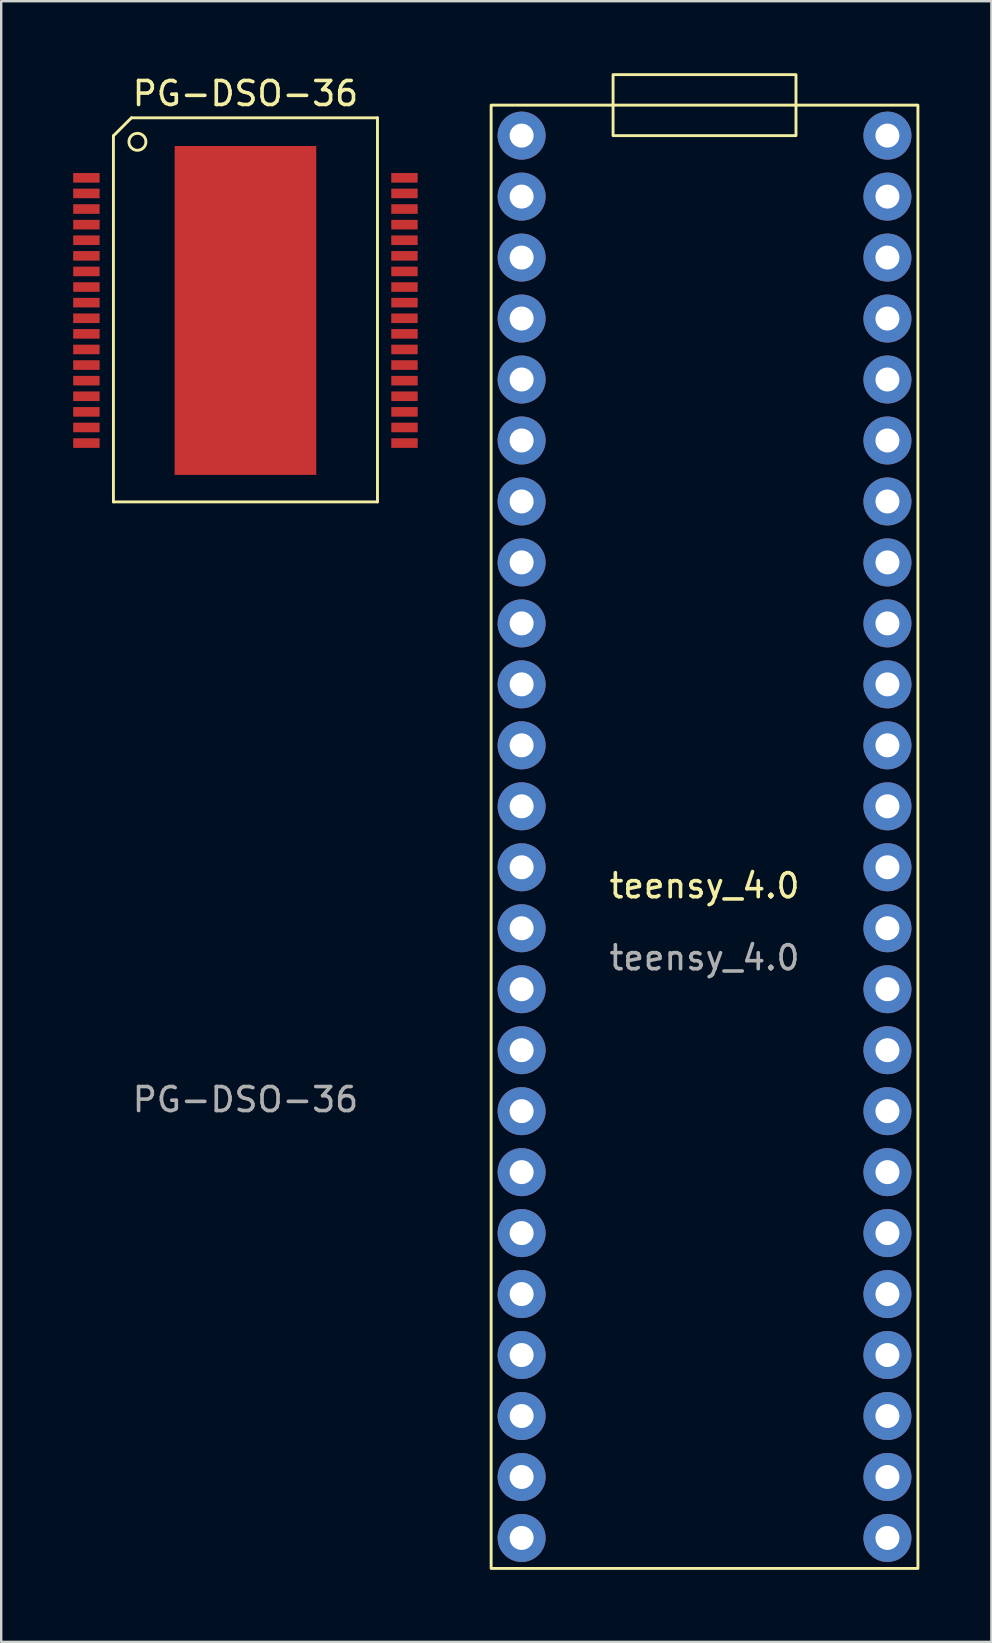
<source format=kicad_pcb>
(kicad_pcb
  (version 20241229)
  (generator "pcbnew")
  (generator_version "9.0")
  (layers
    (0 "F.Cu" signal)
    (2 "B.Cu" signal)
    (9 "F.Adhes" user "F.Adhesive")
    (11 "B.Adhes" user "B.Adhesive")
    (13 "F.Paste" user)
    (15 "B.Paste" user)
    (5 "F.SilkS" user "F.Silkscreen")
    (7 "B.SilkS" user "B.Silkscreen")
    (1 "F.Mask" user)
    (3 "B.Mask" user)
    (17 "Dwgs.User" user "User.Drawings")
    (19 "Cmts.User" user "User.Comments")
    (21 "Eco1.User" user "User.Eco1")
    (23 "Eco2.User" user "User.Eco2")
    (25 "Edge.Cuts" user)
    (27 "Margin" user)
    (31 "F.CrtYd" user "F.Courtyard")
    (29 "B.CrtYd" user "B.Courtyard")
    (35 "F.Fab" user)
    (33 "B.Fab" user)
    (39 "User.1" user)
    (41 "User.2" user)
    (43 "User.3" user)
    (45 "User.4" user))
  (footprint "PG-DSO-36"
    (layer "F.Cu")
    (at 7.175 17.358)
    (property "Reference" "PG-DSO-36" (at 0 -16.51 0) (unlocked yes) (layer "F.SilkS") (effects (font (size 1 1) (thickness 0.15))))
    (attr smd)
    (fp_line (start -5.5 -14.75) (end -5.5 0.5) (stroke (width 0.12) (type solid)) (layer "F.SilkS"))
    (fp_line (start -5.5 -14.75) (end -4.75 -15.5) (stroke (width 0.12) (type solid)) (layer "F.SilkS"))
    (fp_line (start -5.5 0.5) (end 5.5 0.5) (stroke (width 0.12) (type solid)) (layer "F.SilkS"))
    (fp_line (start 5.5 -15.5) (end -4.75 -15.5) (stroke (width 0.12) (type solid)) (layer "F.SilkS"))
    (fp_line (start 5.5 0.5) (end 5.5 -15.5) (stroke (width 0.12) (type solid)) (layer "F.SilkS"))
    (fp_circle (center -4.5 -14.5) (end -4.25 -14.25) (stroke (width 0.12) (type solid)) (fill no) (layer "F.SilkS"))
    (fp_text user "${REFERENCE}" (at 0 25.4 0) (unlocked yes) (layer "F.Fab") (effects (font (size 1 1) (thickness 0.15))))
    (pad "1" smd rect (at -6.625 -13) (size 1.1 0.4) (layers "F.Cu" "F.Mask" "F.Paste"))
    (pad "2" smd rect (at -6.625 -12.35) (size 1.1 0.4) (layers "F.Cu" "F.Mask" "F.Paste"))
    (pad "3" smd rect (at -6.625 -11.7) (size 1.1 0.4) (layers "F.Cu" "F.Mask" "F.Paste"))
    (pad "4" smd rect (at -6.625 -11.05) (size 1.1 0.4) (layers "F.Cu" "F.Mask" "F.Paste"))
    (pad "5" smd rect (at -6.625 -10.4) (size 1.1 0.4) (layers "F.Cu" "F.Mask" "F.Paste"))
    (pad "6" smd rect (at -6.625 -9.75) (size 1.1 0.4) (layers "F.Cu" "F.Mask" "F.Paste"))
    (pad "7" smd rect (at -6.625 -9.1) (size 1.1 0.4) (layers "F.Cu" "F.Mask" "F.Paste"))
    (pad "8" smd rect (at -6.625 -8.45) (size 1.1 0.4) (layers "F.Cu" "F.Mask" "F.Paste"))
    (pad "9" smd rect (at -6.625 -7.8) (size 1.1 0.4) (layers "F.Cu" "F.Mask" "F.Paste"))
    (pad "10" smd rect (at -6.625 -7.15) (size 1.1 0.4) (layers "F.Cu" "F.Mask" "F.Paste"))
    (pad "11" smd rect (at -6.625 -6.5) (size 1.1 0.4) (layers "F.Cu" "F.Mask" "F.Paste"))
    (pad "12" smd rect (at -6.625 -5.85) (size 1.1 0.4) (layers "F.Cu" "F.Mask" "F.Paste"))
    (pad "13" smd rect (at -6.625 -5.2) (size 1.1 0.4) (layers "F.Cu" "F.Mask" "F.Paste"))
    (pad "14" smd rect (at -6.625 -4.55) (size 1.1 0.4) (layers "F.Cu" "F.Mask" "F.Paste"))
    (pad "15" smd rect (at -6.625 -3.9) (size 1.1 0.4) (layers "F.Cu" "F.Mask" "F.Paste"))
    (pad "16" smd rect (at -6.625 -3.25) (size 1.1 0.4) (layers "F.Cu" "F.Mask" "F.Paste"))
    (pad "17" smd rect (at -6.625 -2.6) (size 1.1 0.4) (layers "F.Cu" "F.Mask" "F.Paste"))
    (pad "18" smd rect (at -6.625 -1.95) (size 1.1 0.4) (layers "F.Cu" "F.Mask" "F.Paste"))
    (pad "19" smd rect (at 6.625 -1.95) (size 1.1 0.4) (layers "F.Cu" "F.Mask" "F.Paste"))
    (pad "20" smd rect (at 6.625 -2.6) (size 1.1 0.4) (layers "F.Cu" "F.Mask" "F.Paste"))
    (pad "21" smd rect (at 6.625 -3.25) (size 1.1 0.4) (layers "F.Cu" "F.Mask" "F.Paste"))
    (pad "22" smd rect (at 6.625 -3.9) (size 1.1 0.4) (layers "F.Cu" "F.Mask" "F.Paste"))
    (pad "23" smd rect (at 6.625 -4.55) (size 1.1 0.4) (layers "F.Cu" "F.Mask" "F.Paste"))
    (pad "24" smd rect (at 6.625 -5.2) (size 1.1 0.4) (layers "F.Cu" "F.Mask" "F.Paste"))
    (pad "25" smd rect (at 6.625 -5.85) (size 1.1 0.4) (layers "F.Cu" "F.Mask" "F.Paste"))
    (pad "26" smd rect (at 6.625 -6.5) (size 1.1 0.4) (layers "F.Cu" "F.Mask" "F.Paste"))
    (pad "27" smd rect (at 6.625 -7.15) (size 1.1 0.4) (layers "F.Cu" "F.Mask" "F.Paste"))
    (pad "28" smd rect (at 6.625 -7.8) (size 1.1 0.4) (layers "F.Cu" "F.Mask" "F.Paste"))
    (pad "29" smd rect (at 6.625 -8.45) (size 1.1 0.4) (layers "F.Cu" "F.Mask" "F.Paste"))
    (pad "30" smd rect (at 6.625 -9.1) (size 1.1 0.4) (layers "F.Cu" "F.Mask" "F.Paste"))
    (pad "31" smd rect (at 6.625 -9.75) (size 1.1 0.4) (layers "F.Cu" "F.Mask" "F.Paste"))
    (pad "32" smd rect (at 6.625 -10.4) (size 1.1 0.4) (layers "F.Cu" "F.Mask" "F.Paste"))
    (pad "33" smd rect (at 6.625 -11.05) (size 1.1 0.4) (layers "F.Cu" "F.Mask" "F.Paste"))
    (pad "34" smd rect (at 6.625 -11.7) (size 1.1 0.4) (layers "F.Cu" "F.Mask" "F.Paste"))
    (pad "35" smd rect (at 6.625 -12.35) (size 1.1 0.4) (layers "F.Cu" "F.Mask" "F.Paste"))
    (pad "36" smd rect (at 6.625 -13) (size 1.1 0.4) (layers "F.Cu" "F.Mask" "F.Paste"))
    (pad "37" smd rect (at 0 -7.475) (size 5.9 13.7) (layers "F.Cu" "F.Mask" "F.Paste")))
  (footprint "teensy_4.0"
    (layer "F.Cu")
    (at 26.3 34.35)
    (property "Reference" "teensy_4.0" (at 0 -0.5 0) (unlocked yes) (layer "F.SilkS") (effects (font (size 1 1) (thickness 0.15))))
    (attr through_hole)
    (fp_rect (start -8.89 -33.02) (end 8.89 27.94) (stroke (width 0.12) (type solid)) (fill no) (layer "F.SilkS"))
    (fp_rect (start -3.81 -34.29) (end 3.81 -31.75) (stroke (width 0.12) (type solid)) (fill no) (layer "F.SilkS"))
    (fp_text user "${REFERENCE}" (at 0 2.5 0) (unlocked yes) (layer "F.Fab") (effects (font (size 1 1) (thickness 0.15))))
    (pad "1" thru_hole circle (at -7.62 -31.75) (size 2 2) (drill 1) (layers "*.Cu" "*.Mask"))
    (pad "2" thru_hole circle (at -7.62 -29.21) (size 2 2) (drill 1) (layers "*.Cu" "*.Mask"))
    (pad "3" thru_hole circle (at -7.62 -26.67) (size 2 2) (drill 1) (layers "*.Cu" "*.Mask"))
    (pad "4" thru_hole circle (at -7.62 -24.13) (size 2 2) (drill 1) (layers "*.Cu" "*.Mask"))
    (pad "5" thru_hole circle (at -7.62 -21.59) (size 2 2) (drill 1) (layers "*.Cu" "*.Mask"))
    (pad "6" thru_hole circle (at -7.62 -19.05) (size 2 2) (drill 1) (layers "*.Cu" "*.Mask"))
    (pad "7" thru_hole circle (at -7.62 -16.51) (size 2 2) (drill 1) (layers "*.Cu" "*.Mask"))
    (pad "8" thru_hole circle (at -7.62 -13.97) (size 2 2) (drill 1) (layers "*.Cu" "*.Mask"))
    (pad "9" thru_hole circle (at -7.62 -11.43) (size 2 2) (drill 1) (layers "*.Cu" "*.Mask"))
    (pad "10" thru_hole circle (at -7.62 -8.89) (size 2 2) (drill 1) (layers "*.Cu" "*.Mask"))
    (pad "11" thru_hole circle (at -7.62 -6.35) (size 2 2) (drill 1) (layers "*.Cu" "*.Mask"))
    (pad "12" thru_hole circle (at -7.62 -3.81) (size 2 2) (drill 1) (layers "*.Cu" "*.Mask"))
    (pad "13" thru_hole circle (at -7.62 -1.27) (size 2 2) (drill 1) (layers "*.Cu" "*.Mask"))
    (pad "14" thru_hole circle (at -7.62 1.27) (size 2 2) (drill 1) (layers "*.Cu" "*.Mask"))
    (pad "15" thru_hole circle (at -7.62 3.81) (size 2 2) (drill 1) (layers "*.Cu" "*.Mask"))
    (pad "16" thru_hole circle (at -7.62 6.35) (size 2 2) (drill 1) (layers "*.Cu" "*.Mask"))
    (pad "17" thru_hole circle (at -7.62 8.89) (size 2 2) (drill 1) (layers "*.Cu" "*.Mask"))
    (pad "18" thru_hole circle (at -7.62 11.43) (size 2 2) (drill 1) (layers "*.Cu" "*.Mask"))
    (pad "19" thru_hole circle (at -7.62 13.97) (size 2 2) (drill 1) (layers "*.Cu" "*.Mask"))
    (pad "20" thru_hole circle (at -7.62 16.51) (size 2 2) (drill 1) (layers "*.Cu" "*.Mask"))
    (pad "21" thru_hole circle (at -7.62 19.05) (size 2 2) (drill 1) (layers "*.Cu" "*.Mask"))
    (pad "22" thru_hole circle (at -7.62 21.59) (size 2 2) (drill 1) (layers "*.Cu" "*.Mask"))
    (pad "23" thru_hole circle (at -7.62 24.13) (size 2 2) (drill 1) (layers "*.Cu" "*.Mask"))
    (pad "24" thru_hole circle (at -7.62 26.67) (size 2 2) (drill 1) (layers "*.Cu" "*.Mask"))
    (pad "25" thru_hole circle (at 7.62 -31.75) (size 2 2) (drill 1) (layers "*.Cu" "*.Mask"))
    (pad "26" thru_hole circle (at 7.62 -29.21) (size 2 2) (drill 1) (layers "*.Cu" "*.Mask"))
    (pad "27" thru_hole circle (at 7.62 -26.67) (size 2 2) (drill 1) (layers "*.Cu" "*.Mask"))
    (pad "28" thru_hole circle (at 7.62 -24.13) (size 2 2) (drill 1) (layers "*.Cu" "*.Mask"))
    (pad "29" thru_hole circle (at 7.62 -21.59) (size 2 2) (drill 1) (layers "*.Cu" "*.Mask"))
    (pad "30" thru_hole circle (at 7.62 -19.05) (size 2 2) (drill 1) (layers "*.Cu" "*.Mask"))
    (pad "31" thru_hole circle (at 7.62 -16.51) (size 2 2) (drill 1) (layers "*.Cu" "*.Mask"))
    (pad "32" thru_hole circle (at 7.62 -13.97) (size 2 2) (drill 1) (layers "*.Cu" "*.Mask"))
    (pad "33" thru_hole circle (at 7.62 -11.43) (size 2 2) (drill 1) (layers "*.Cu" "*.Mask"))
    (pad "34" thru_hole circle (at 7.62 -8.89) (size 2 2) (drill 1) (layers "*.Cu" "*.Mask"))
    (pad "35" thru_hole circle (at 7.62 -6.35) (size 2 2) (drill 1) (layers "*.Cu" "*.Mask"))
    (pad "36" thru_hole circle (at 7.62 -3.81) (size 2 2) (drill 1) (layers "*.Cu" "*.Mask"))
    (pad "37" thru_hole circle (at 7.62 -1.27) (size 2 2) (drill 1) (layers "*.Cu" "*.Mask"))
    (pad "38" thru_hole circle (at 7.62 1.27) (size 2 2) (drill 1) (layers "*.Cu" "*.Mask"))
    (pad "39" thru_hole circle (at 7.62 3.81) (size 2 2) (drill 1) (layers "*.Cu" "*.Mask"))
    (pad "40" thru_hole circle (at 7.62 6.35) (size 2 2) (drill 1) (layers "*.Cu" "*.Mask"))
    (pad "41" thru_hole circle (at 7.62 8.89) (size 2 2) (drill 1) (layers "*.Cu" "*.Mask"))
    (pad "42" thru_hole circle (at 7.62 11.43) (size 2 2) (drill 1) (layers "*.Cu" "*.Mask"))
    (pad "43" thru_hole circle (at 7.62 13.97) (size 2 2) (drill 1) (layers "*.Cu" "*.Mask"))
    (pad "44" thru_hole circle (at 7.62 16.51) (size 2 2) (drill 1) (layers "*.Cu" "*.Mask"))
    (pad "45" thru_hole circle (at 7.62 19.05) (size 2 2) (drill 1) (layers "*.Cu" "*.Mask"))
    (pad "46" thru_hole circle (at 7.62 21.59) (size 2 2) (drill 1) (layers "*.Cu" "*.Mask"))
    (pad "47" thru_hole circle (at 7.62 24.13) (size 2 2) (drill 1) (layers "*.Cu" "*.Mask"))
    (pad "48" thru_hole circle (at 7.62 26.67) (size 2 2) (drill 1) (layers "*.Cu" "*.Mask")))
  (gr_rect
    (start -3 -3)
    (end 38.25 65.35)
    (stroke (width 0.1) (type default))
    (fill no)
    (layer "Edge.Cuts")))
</source>
